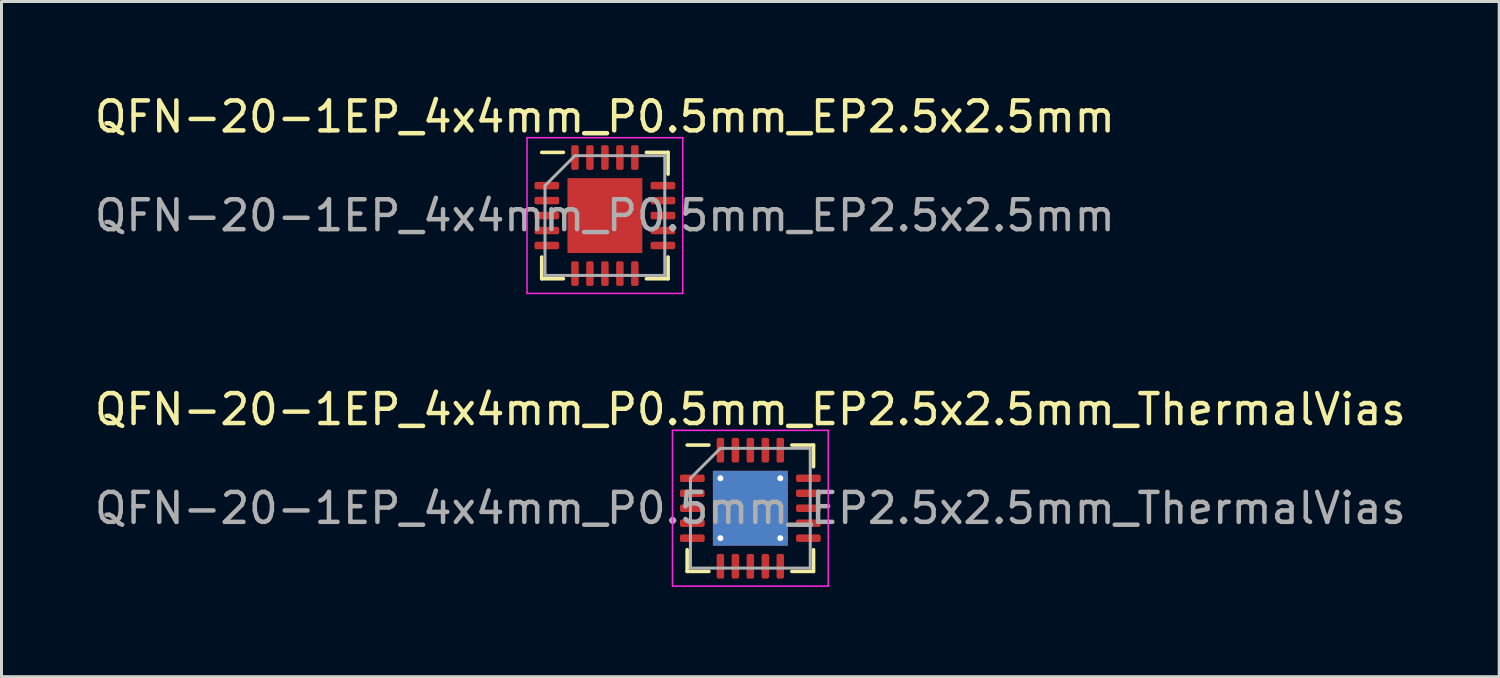
<source format=kicad_pcb>
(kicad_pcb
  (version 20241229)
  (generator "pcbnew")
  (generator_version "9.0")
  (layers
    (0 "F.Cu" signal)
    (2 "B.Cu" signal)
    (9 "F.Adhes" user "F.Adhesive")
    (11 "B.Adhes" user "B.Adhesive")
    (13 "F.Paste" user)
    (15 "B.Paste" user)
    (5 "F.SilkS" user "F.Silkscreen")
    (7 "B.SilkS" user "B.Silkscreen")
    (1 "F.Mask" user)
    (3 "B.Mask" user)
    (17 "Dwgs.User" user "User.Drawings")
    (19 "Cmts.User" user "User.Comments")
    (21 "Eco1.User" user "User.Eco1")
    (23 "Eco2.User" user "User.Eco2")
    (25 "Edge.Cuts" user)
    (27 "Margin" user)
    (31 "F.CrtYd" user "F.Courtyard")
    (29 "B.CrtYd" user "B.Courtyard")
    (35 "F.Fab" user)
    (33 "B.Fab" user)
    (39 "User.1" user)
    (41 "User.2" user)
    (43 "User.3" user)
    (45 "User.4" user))
  (footprint "QFN-20-1EP_4x4mm_P0.5mm_EP2.5x2.5mm_ThermalVias"
    (layer "F.Cu")
    (at 22.006 13.921)
    (property "Reference" "QFN-20-1EP_4x4mm_P0.5mm_EP2.5x2.5mm_ThermalVias" (at 0 -3.3 0) (layer "F.SilkS") (effects (font (size 1 1) (thickness 0.15))))
    (attr smd)
    (fp_line (start -2.11 2.11) (end -2.11 1.385) (stroke (width 0.12) (type solid)) (layer "F.SilkS"))
    (fp_line (start -1.385 -2.11) (end -2.11 -2.11) (stroke (width 0.12) (type solid)) (layer "F.SilkS"))
    (fp_line (start -1.385 2.11) (end -2.11 2.11) (stroke (width 0.12) (type solid)) (layer "F.SilkS"))
    (fp_line (start 1.385 -2.11) (end 2.11 -2.11) (stroke (width 0.12) (type solid)) (layer "F.SilkS"))
    (fp_line (start 1.385 2.11) (end 2.11 2.11) (stroke (width 0.12) (type solid)) (layer "F.SilkS"))
    (fp_line (start 2.11 -2.11) (end 2.11 -1.385) (stroke (width 0.12) (type solid)) (layer "F.SilkS"))
    (fp_line (start 2.11 2.11) (end 2.11 1.385) (stroke (width 0.12) (type solid)) (layer "F.SilkS"))
    (fp_line (start -2.6 -2.6) (end -2.6 2.6) (stroke (width 0.05) (type solid)) (layer "F.CrtYd"))
    (fp_line (start -2.6 2.6) (end 2.6 2.6) (stroke (width 0.05) (type solid)) (layer "F.CrtYd"))
    (fp_line (start 2.6 -2.6) (end -2.6 -2.6) (stroke (width 0.05) (type solid)) (layer "F.CrtYd"))
    (fp_line (start 2.6 2.6) (end 2.6 -2.6) (stroke (width 0.05) (type solid)) (layer "F.CrtYd"))
    (fp_line (start -2 -1) (end -1 -2) (stroke (width 0.1) (type solid)) (layer "F.Fab"))
    (fp_line (start -2 2) (end -2 -1) (stroke (width 0.1) (type solid)) (layer "F.Fab"))
    (fp_line (start -1 -2) (end 2 -2) (stroke (width 0.1) (type solid)) (layer "F.Fab"))
    (fp_line (start 2 -2) (end 2 2) (stroke (width 0.1) (type solid)) (layer "F.Fab"))
    (fp_line (start 2 2) (end -2 2) (stroke (width 0.1) (type solid)) (layer "F.Fab"))
    (fp_text user "${REFERENCE}" (at 0 0 0) (layer "F.Fab") (effects (font (size 1 1) (thickness 0.15))))
    (pad "" smd roundrect (at -0.625 -0.625) (size 1.08 1.08) (layers "F.Paste") (roundrect_rratio 0.231))
    (pad "" smd roundrect (at -0.625 0.625) (size 1.08 1.08) (layers "F.Paste") (roundrect_rratio 0.231))
    (pad "" smd roundrect (at 0.625 -0.625) (size 1.08 1.08) (layers "F.Paste") (roundrect_rratio 0.231))
    (pad "" smd roundrect (at 0.625 0.625) (size 1.08 1.08) (layers "F.Paste") (roundrect_rratio 0.231))
    (pad "1" smd roundrect (at -1.938 -1) (size 0.825 0.25) (layers "F.Cu" "F.Mask" "F.Paste") (roundrect_rratio 0.25))
    (pad "2" smd roundrect (at -1.938 -0.5) (size 0.825 0.25) (layers "F.Cu" "F.Mask" "F.Paste") (roundrect_rratio 0.25))
    (pad "3" smd roundrect (at -1.938 0) (size 0.825 0.25) (layers "F.Cu" "F.Mask" "F.Paste") (roundrect_rratio 0.25))
    (pad "4" smd roundrect (at -1.938 0.5) (size 0.825 0.25) (layers "F.Cu" "F.Mask" "F.Paste") (roundrect_rratio 0.25))
    (pad "5" smd roundrect (at -1.938 1) (size 0.825 0.25) (layers "F.Cu" "F.Mask" "F.Paste") (roundrect_rratio 0.25))
    (pad "6" smd roundrect (at -1 1.938) (size 0.25 0.825) (layers "F.Cu" "F.Mask" "F.Paste") (roundrect_rratio 0.25))
    (pad "7" smd roundrect (at -0.5 1.938) (size 0.25 0.825) (layers "F.Cu" "F.Mask" "F.Paste") (roundrect_rratio 0.25))
    (pad "8" smd roundrect (at 0 1.938) (size 0.25 0.825) (layers "F.Cu" "F.Mask" "F.Paste") (roundrect_rratio 0.25))
    (pad "9" smd roundrect (at 0.5 1.938) (size 0.25 0.825) (layers "F.Cu" "F.Mask" "F.Paste") (roundrect_rratio 0.25))
    (pad "10" smd roundrect (at 1 1.938) (size 0.25 0.825) (layers "F.Cu" "F.Mask" "F.Paste") (roundrect_rratio 0.25))
    (pad "11" smd roundrect (at 1.938 1) (size 0.825 0.25) (layers "F.Cu" "F.Mask" "F.Paste") (roundrect_rratio 0.25))
    (pad "12" smd roundrect (at 1.938 0.5) (size 0.825 0.25) (layers "F.Cu" "F.Mask" "F.Paste") (roundrect_rratio 0.25))
    (pad "13" smd roundrect (at 1.938 0) (size 0.825 0.25) (layers "F.Cu" "F.Mask" "F.Paste") (roundrect_rratio 0.25))
    (pad "14" smd roundrect (at 1.938 -0.5) (size 0.825 0.25) (layers "F.Cu" "F.Mask" "F.Paste") (roundrect_rratio 0.25))
    (pad "15" smd roundrect (at 1.938 -1) (size 0.825 0.25) (layers "F.Cu" "F.Mask" "F.Paste") (roundrect_rratio 0.25))
    (pad "16" smd roundrect (at 1 -1.938) (size 0.25 0.825) (layers "F.Cu" "F.Mask" "F.Paste") (roundrect_rratio 0.25))
    (pad "17" smd roundrect (at 0.5 -1.938) (size 0.25 0.825) (layers "F.Cu" "F.Mask" "F.Paste") (roundrect_rratio 0.25))
    (pad "18" smd roundrect (at 0 -1.938) (size 0.25 0.825) (layers "F.Cu" "F.Mask" "F.Paste") (roundrect_rratio 0.25))
    (pad "19" smd roundrect (at -0.5 -1.938) (size 0.25 0.825) (layers "F.Cu" "F.Mask" "F.Paste") (roundrect_rratio 0.25))
    (pad "20" smd roundrect (at -1 -1.938) (size 0.25 0.825) (layers "F.Cu" "F.Mask" "F.Paste") (roundrect_rratio 0.25))
    (pad "21" thru_hole circle (at -1 -1) (size 0.5 0.5) (drill 0.2) (layers "*.Cu"))
    (pad "21" thru_hole circle (at -1 1) (size 0.5 0.5) (drill 0.2) (layers "*.Cu"))
    (pad "21" smd rect (at 0 0) (size 2.5 2.5) (layers "F.Cu" "F.Mask"))
    (pad "21" smd rect (at 0 0) (size 2.5 2.5) (layers "B.Cu"))
    (pad "21" thru_hole circle (at 1 -1) (size 0.5 0.5) (drill 0.2) (layers "*.Cu"))
    (pad "21" thru_hole circle (at 1 1) (size 0.5 0.5) (drill 0.2) (layers "*.Cu")))
  (footprint "QFN-20-1EP_4x4mm_P0.5mm_EP2.5x2.5mm"
    (layer "F.Cu")
    (at 17.149 4.148)
    (property "Reference" "QFN-20-1EP_4x4mm_P0.5mm_EP2.5x2.5mm" (at 0 -3.3 0) (layer "F.SilkS") (effects (font (size 1 1) (thickness 0.15))))
    (attr smd)
    (fp_line (start -2.11 2.11) (end -2.11 1.385) (stroke (width 0.12) (type solid)) (layer "F.SilkS"))
    (fp_line (start -1.385 -2.11) (end -2.11 -2.11) (stroke (width 0.12) (type solid)) (layer "F.SilkS"))
    (fp_line (start -1.385 2.11) (end -2.11 2.11) (stroke (width 0.12) (type solid)) (layer "F.SilkS"))
    (fp_line (start 1.385 -2.11) (end 2.11 -2.11) (stroke (width 0.12) (type solid)) (layer "F.SilkS"))
    (fp_line (start 1.385 2.11) (end 2.11 2.11) (stroke (width 0.12) (type solid)) (layer "F.SilkS"))
    (fp_line (start 2.11 -2.11) (end 2.11 -1.385) (stroke (width 0.12) (type solid)) (layer "F.SilkS"))
    (fp_line (start 2.11 2.11) (end 2.11 1.385) (stroke (width 0.12) (type solid)) (layer "F.SilkS"))
    (fp_line (start -2.6 -2.6) (end -2.6 2.6) (stroke (width 0.05) (type solid)) (layer "F.CrtYd"))
    (fp_line (start -2.6 2.6) (end 2.6 2.6) (stroke (width 0.05) (type solid)) (layer "F.CrtYd"))
    (fp_line (start 2.6 -2.6) (end -2.6 -2.6) (stroke (width 0.05) (type solid)) (layer "F.CrtYd"))
    (fp_line (start 2.6 2.6) (end 2.6 -2.6) (stroke (width 0.05) (type solid)) (layer "F.CrtYd"))
    (fp_line (start -2 -1) (end -1 -2) (stroke (width 0.1) (type solid)) (layer "F.Fab"))
    (fp_line (start -2 2) (end -2 -1) (stroke (width 0.1) (type solid)) (layer "F.Fab"))
    (fp_line (start -1 -2) (end 2 -2) (stroke (width 0.1) (type solid)) (layer "F.Fab"))
    (fp_line (start 2 -2) (end 2 2) (stroke (width 0.1) (type solid)) (layer "F.Fab"))
    (fp_line (start 2 2) (end -2 2) (stroke (width 0.1) (type solid)) (layer "F.Fab"))
    (fp_text user "${REFERENCE}" (at 0 0 0) (layer "F.Fab") (effects (font (size 1 1) (thickness 0.15))))
    (pad "" smd roundrect (at -0.625 -0.625) (size 1.01 1.01) (layers "F.Paste") (roundrect_rratio 0.248))
    (pad "" smd roundrect (at -0.625 0.625) (size 1.01 1.01) (layers "F.Paste") (roundrect_rratio 0.248))
    (pad "" smd roundrect (at 0.625 -0.625) (size 1.01 1.01) (layers "F.Paste") (roundrect_rratio 0.248))
    (pad "" smd roundrect (at 0.625 0.625) (size 1.01 1.01) (layers "F.Paste") (roundrect_rratio 0.248))
    (pad "1" smd roundrect (at -1.938 -1) (size 0.825 0.25) (layers "F.Cu" "F.Mask" "F.Paste") (roundrect_rratio 0.25))
    (pad "2" smd roundrect (at -1.938 -0.5) (size 0.825 0.25) (layers "F.Cu" "F.Mask" "F.Paste") (roundrect_rratio 0.25))
    (pad "3" smd roundrect (at -1.938 0) (size 0.825 0.25) (layers "F.Cu" "F.Mask" "F.Paste") (roundrect_rratio 0.25))
    (pad "4" smd roundrect (at -1.938 0.5) (size 0.825 0.25) (layers "F.Cu" "F.Mask" "F.Paste") (roundrect_rratio 0.25))
    (pad "5" smd roundrect (at -1.938 1) (size 0.825 0.25) (layers "F.Cu" "F.Mask" "F.Paste") (roundrect_rratio 0.25))
    (pad "6" smd roundrect (at -1 1.938) (size 0.25 0.825) (layers "F.Cu" "F.Mask" "F.Paste") (roundrect_rratio 0.25))
    (pad "7" smd roundrect (at -0.5 1.938) (size 0.25 0.825) (layers "F.Cu" "F.Mask" "F.Paste") (roundrect_rratio 0.25))
    (pad "8" smd roundrect (at 0 1.938) (size 0.25 0.825) (layers "F.Cu" "F.Mask" "F.Paste") (roundrect_rratio 0.25))
    (pad "9" smd roundrect (at 0.5 1.938) (size 0.25 0.825) (layers "F.Cu" "F.Mask" "F.Paste") (roundrect_rratio 0.25))
    (pad "10" smd roundrect (at 1 1.938) (size 0.25 0.825) (layers "F.Cu" "F.Mask" "F.Paste") (roundrect_rratio 0.25))
    (pad "11" smd roundrect (at 1.938 1) (size 0.825 0.25) (layers "F.Cu" "F.Mask" "F.Paste") (roundrect_rratio 0.25))
    (pad "12" smd roundrect (at 1.938 0.5) (size 0.825 0.25) (layers "F.Cu" "F.Mask" "F.Paste") (roundrect_rratio 0.25))
    (pad "13" smd roundrect (at 1.938 0) (size 0.825 0.25) (layers "F.Cu" "F.Mask" "F.Paste") (roundrect_rratio 0.25))
    (pad "14" smd roundrect (at 1.938 -0.5) (size 0.825 0.25) (layers "F.Cu" "F.Mask" "F.Paste") (roundrect_rratio 0.25))
    (pad "15" smd roundrect (at 1.938 -1) (size 0.825 0.25) (layers "F.Cu" "F.Mask" "F.Paste") (roundrect_rratio 0.25))
    (pad "16" smd roundrect (at 1 -1.938) (size 0.25 0.825) (layers "F.Cu" "F.Mask" "F.Paste") (roundrect_rratio 0.25))
    (pad "17" smd roundrect (at 0.5 -1.938) (size 0.25 0.825) (layers "F.Cu" "F.Mask" "F.Paste") (roundrect_rratio 0.25))
    (pad "18" smd roundrect (at 0 -1.938) (size 0.25 0.825) (layers "F.Cu" "F.Mask" "F.Paste") (roundrect_rratio 0.25))
    (pad "19" smd roundrect (at -0.5 -1.938) (size 0.25 0.825) (layers "F.Cu" "F.Mask" "F.Paste") (roundrect_rratio 0.25))
    (pad "20" smd roundrect (at -1 -1.938) (size 0.25 0.825) (layers "F.Cu" "F.Mask" "F.Paste") (roundrect_rratio 0.25))
    (pad "21" smd rect (at 0 0) (size 2.5 2.5) (layers "F.Cu" "F.Mask")))
  (gr_rect
    (start -3 -3)
    (end 47.012 19.547)
    (stroke (width 0.1) (type default))
    (fill no)
    (layer "Edge.Cuts")))
</source>
